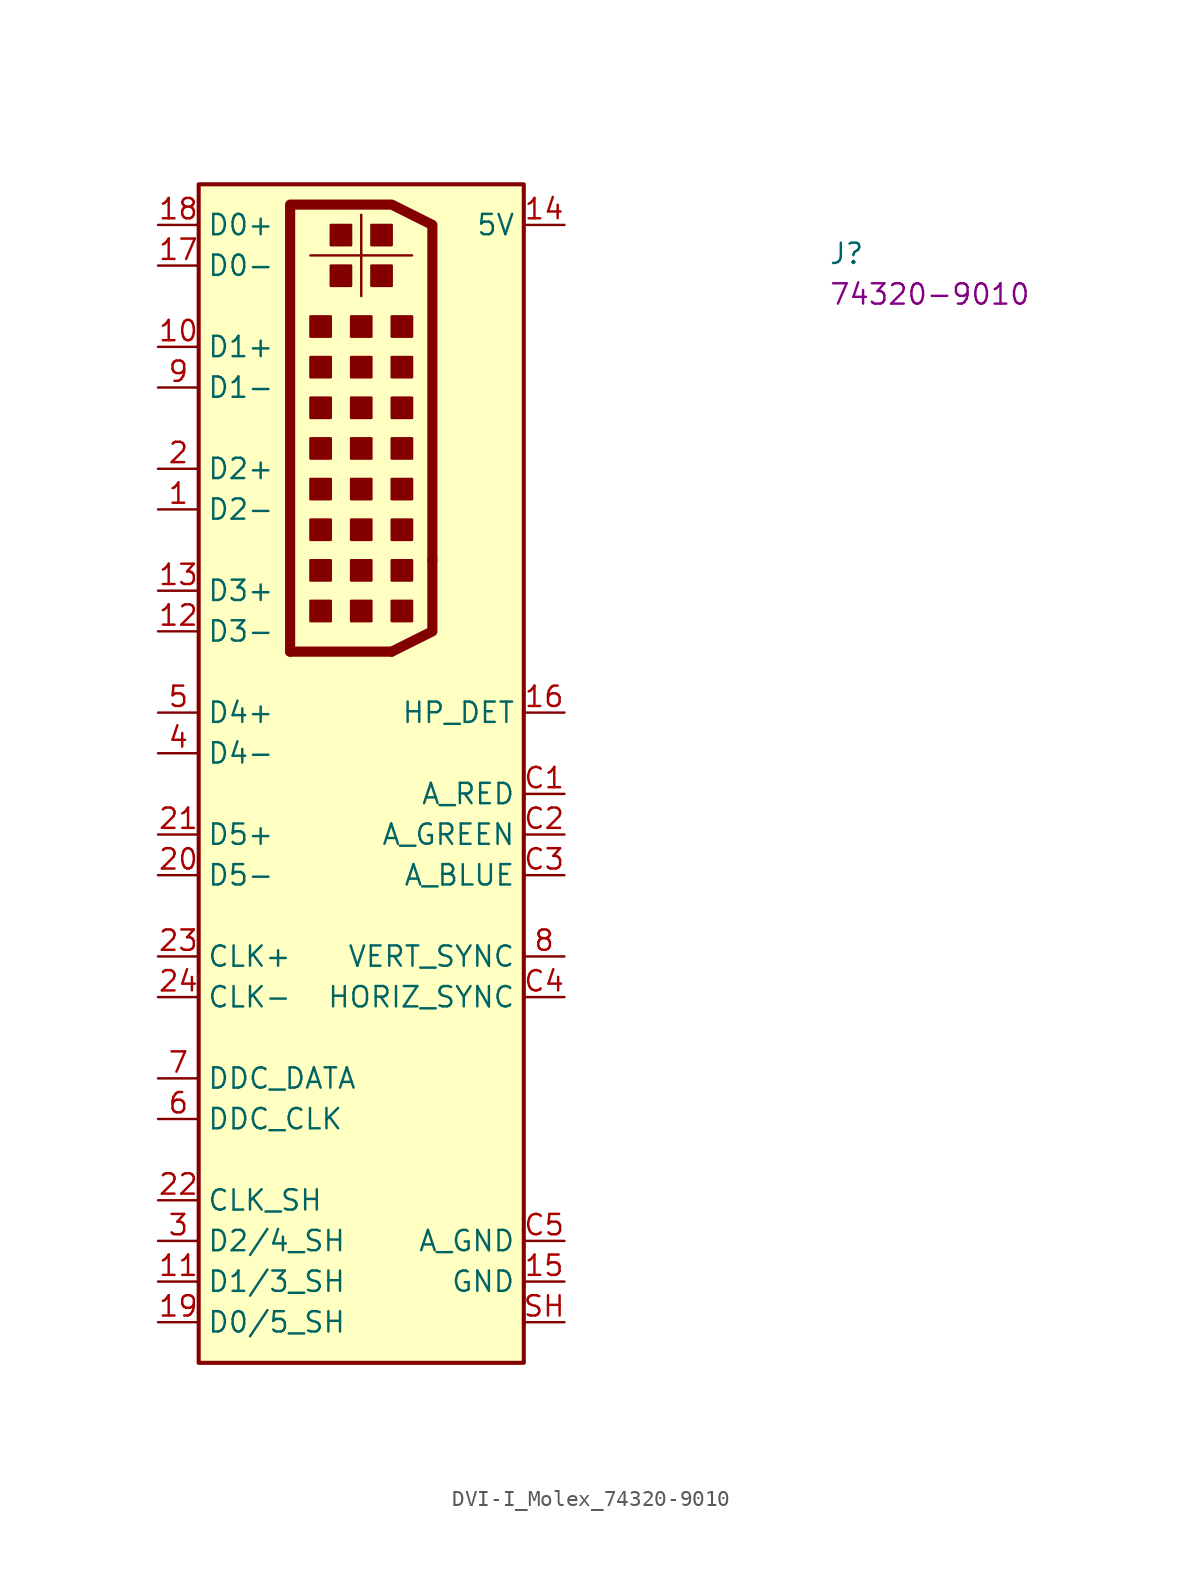
<source format=kicad_sym>
(kicad_symbol_lib
  (version 20220914)
  (generator kicad_symbol_editor)
  (symbol "DVI-I_Molex_74320-9010"
    (property "Reference" "J"
      (at 41.91 -2.54 0)
      (effects (font (size 1.27 1.27) (thickness 0.15)) (justify left bottom)))
    (property "MPN" "74320-9010"
      (at 41.91 -5.08 0)
      (effects (font (size 1.27 1.27) (thickness 0.15)) (justify left bottom)))
    (symbol "DVI-I_Molex_74320-9010_0_1"
      (polyline (pts (xy 8.255 -26.67) (xy 14.605 -26.67)) (stroke (width 0.635) (type default)) (fill (type none)))
      (polyline (pts (xy 12.7 -4.445) (xy 12.7 0.635)) (stroke (width 0) (type default)) (fill (type none)))
      (polyline (pts (xy 15.875 -1.905) (xy 9.525 -1.905)) (stroke (width 0) (type default)) (fill (type none)))
      (polyline (pts (xy 14.605 -26.67) (xy 17.145 -25.4) (xy 17.145 -20.955)) (stroke (width 0.635) (type default)) (fill (type none)))
      (polyline (pts (xy 8.255 -26.67) (xy 8.255 1.27) (xy 14.605 1.27) (xy 17.145 0) (xy 17.145 -20.955)) (stroke (width 0.635) (type default)) (fill (type none)))
      (rectangle (start 10.795 -24.765) (end 9.525 -23.495) (stroke (width 0) (type default)) (fill (type outline)))
      (rectangle (start 10.795 -22.225) (end 9.525 -20.955) (stroke (width 0) (type default)) (fill (type outline)))
      (rectangle (start 10.795 -19.685) (end 9.525 -18.415) (stroke (width 0) (type default)) (fill (type outline)))
      (rectangle (start 10.795 -17.145) (end 9.525 -15.875) (stroke (width 0) (type default)) (fill (type outline)))
      (rectangle (start 10.795 -14.605) (end 9.525 -13.335) (stroke (width 0) (type default)) (fill (type outline)))
      (rectangle (start 10.795 -12.065) (end 9.525 -10.795) (stroke (width 0) (type default)) (fill (type outline)))
      (rectangle (start 10.795 -9.525) (end 9.525 -8.255) (stroke (width 0) (type default)) (fill (type outline)))
      (rectangle (start 10.795 -6.985) (end 9.525 -5.715) (stroke (width 0) (type default)) (fill (type outline)))
      (rectangle (start 12.065 -3.81) (end 10.795 -2.54) (stroke (width 0) (type default)) (fill (type outline)))
      (rectangle (start 12.065 -1.27) (end 10.795 0) (stroke (width 0) (type default)) (fill (type outline)))
      (rectangle (start 13.335 -24.765) (end 12.065 -23.495) (stroke (width 0) (type default)) (fill (type outline)))
      (rectangle (start 13.335 -22.225) (end 12.065 -20.955) (stroke (width 0) (type default)) (fill (type outline)))
      (rectangle (start 13.335 -19.685) (end 12.065 -18.415) (stroke (width 0) (type default)) (fill (type outline)))
      (rectangle (start 13.335 -17.145) (end 12.065 -15.875) (stroke (width 0) (type default)) (fill (type outline)))
      (rectangle (start 13.335 -14.605) (end 12.065 -13.335) (stroke (width 0) (type default)) (fill (type outline)))
      (rectangle (start 13.335 -12.065) (end 12.065 -10.795) (stroke (width 0) (type default)) (fill (type outline)))
      (rectangle (start 13.335 -9.525) (end 12.065 -8.255) (stroke (width 0) (type default)) (fill (type outline)))
      (rectangle (start 13.335 -6.985) (end 12.065 -5.715) (stroke (width 0) (type default)) (fill (type outline)))
      (rectangle (start 14.605 -3.81) (end 13.335 -2.54) (stroke (width 0) (type default)) (fill (type outline)))
      (rectangle (start 14.605 -1.27) (end 13.335 0) (stroke (width 0) (type default)) (fill (type outline)))
      (rectangle (start 15.875 -24.765) (end 14.605 -23.495) (stroke (width 0) (type default)) (fill (type outline)))
      (rectangle (start 15.875 -22.225) (end 14.605 -20.955) (stroke (width 0) (type default)) (fill (type outline)))
      (rectangle (start 15.875 -19.685) (end 14.605 -18.415) (stroke (width 0) (type default)) (fill (type outline)))
      (rectangle (start 15.875 -17.145) (end 14.605 -15.875) (stroke (width 0) (type default)) (fill (type outline)))
      (rectangle (start 15.875 -14.605) (end 14.605 -13.335) (stroke (width 0) (type default)) (fill (type outline)))
      (rectangle (start 15.875 -12.065) (end 14.605 -10.795) (stroke (width 0) (type default)) (fill (type outline)))
      (rectangle (start 15.875 -9.525) (end 14.605 -8.255) (stroke (width 0) (type default)) (fill (type outline)))
      (rectangle (start 15.875 -6.985) (end 14.605 -5.715) (stroke (width 0) (type default)) (fill (type outline))))
    (symbol "DVI-I_Molex_74320-9010_1_1"
      (rectangle (start 2.54 2.54) (end 22.86 -71.12) (stroke (width 0.254) (type default)) (fill (type background)))
      (pin passive line (at 0 -17.78 0) (length 2.54) (name "D2-" (effects (font (size 1.27 1.27)))) (number "1" (effects (font (size 1.27 1.27)))))
      (pin passive line (at 0 -7.62 0) (length 2.54) (name "D1+" (effects (font (size 1.27 1.27)))) (number "10" (effects (font (size 1.27 1.27)))))
      (pin power_in line (at 0 -66.04 0) (length 2.54) (name "D1/3_SH" (effects (font (size 1.27 1.27)))) (number "11" (effects (font (size 1.27 1.27)))))
      (pin passive line (at 0 -25.4 0) (length 2.54) (name "D3-" (effects (font (size 1.27 1.27)))) (number "12" (effects (font (size 1.27 1.27)))))
      (pin passive line (at 0 -22.86 0) (length 2.54) (name "D3+" (effects (font (size 1.27 1.27)))) (number "13" (effects (font (size 1.27 1.27)))))
      (pin power_in line (at 25.4 0 180) (length 2.54) (name "5V" (effects (font (size 1.27 1.27)))) (number "14" (effects (font (size 1.27 1.27)))))
      (pin power_in line (at 25.4 -66.04 180) (length 2.54) (name "GND" (effects (font (size 1.27 1.27)))) (number "15" (effects (font (size 1.27 1.27)))))
      (pin passive line (at 25.4 -30.48 180) (length 2.54) (name "HP_DET" (effects (font (size 1.27 1.27)))) (number "16" (effects (font (size 1.27 1.27)))))
      (pin passive line (at 0 -2.54 0) (length 2.54) (name "D0-" (effects (font (size 1.27 1.27)))) (number "17" (effects (font (size 1.27 1.27)))))
      (pin passive line (at 0 0 0) (length 2.54) (name "D0+" (effects (font (size 1.27 1.27)))) (number "18" (effects (font (size 1.27 1.27)))))
      (pin power_in line (at 0 -68.58 0) (length 2.54) (name "D0/5_SH" (effects (font (size 1.27 1.27)))) (number "19" (effects (font (size 1.27 1.27)))))
      (pin passive line (at 0 -15.24 0) (length 2.54) (name "D2+" (effects (font (size 1.27 1.27)))) (number "2" (effects (font (size 1.27 1.27)))))
      (pin passive line (at 0 -40.64 0) (length 2.54) (name "D5-" (effects (font (size 1.27 1.27)))) (number "20" (effects (font (size 1.27 1.27)))))
      (pin passive line (at 0 -38.1 0) (length 2.54) (name "D5+" (effects (font (size 1.27 1.27)))) (number "21" (effects (font (size 1.27 1.27)))))
      (pin power_in line (at 0 -60.96 0) (length 2.54) (name "CLK_SH" (effects (font (size 1.27 1.27)))) (number "22" (effects (font (size 1.27 1.27)))))
      (pin passive line (at 0 -45.72 0) (length 2.54) (name "CLK+" (effects (font (size 1.27 1.27)))) (number "23" (effects (font (size 1.27 1.27)))))
      (pin passive line (at 0 -48.26 0) (length 2.54) (name "CLK-" (effects (font (size 1.27 1.27)))) (number "24" (effects (font (size 1.27 1.27)))))
      (pin power_in line (at 0 -63.5 0) (length 2.54) (name "D2/4_SH" (effects (font (size 1.27 1.27)))) (number "3" (effects (font (size 1.27 1.27)))))
      (pin passive line (at 0 -33.02 0) (length 2.54) (name "D4-" (effects (font (size 1.27 1.27)))) (number "4" (effects (font (size 1.27 1.27)))))
      (pin passive line (at 0 -30.48 0) (length 2.54) (name "D4+" (effects (font (size 1.27 1.27)))) (number "5" (effects (font (size 1.27 1.27)))))
      (pin passive line (at 0 -55.88 0) (length 2.54) (name "DDC_CLK" (effects (font (size 1.27 1.27)))) (number "6" (effects (font (size 1.27 1.27)))))
      (pin passive line (at 0 -53.34 0) (length 2.54) (name "DDC_DATA" (effects (font (size 1.27 1.27)))) (number "7" (effects (font (size 1.27 1.27)))))
      (pin passive line (at 25.4 -45.72 180) (length 2.54) (name "VERT_SYNC" (effects (font (size 1.27 1.27)))) (number "8" (effects (font (size 1.27 1.27)))))
      (pin passive line (at 0 -10.16 0) (length 2.54) (name "D1-" (effects (font (size 1.27 1.27)))) (number "9" (effects (font (size 1.27 1.27)))))
      (pin passive line (at 25.4 -35.56 180) (length 2.54) (name "A_RED" (effects (font (size 1.27 1.27)))) (number "C1" (effects (font (size 1.27 1.27)))))
      (pin passive line (at 25.4 -38.1 180) (length 2.54) (name "A_GREEN" (effects (font (size 1.27 1.27)))) (number "C2" (effects (font (size 1.27 1.27)))))
      (pin passive line (at 25.4 -40.64 180) (length 2.54) (name "A_BLUE" (effects (font (size 1.27 1.27)))) (number "C3" (effects (font (size 1.27 1.27)))))
      (pin passive line (at 25.4 -48.26 180) (length 2.54) (name "HORIZ_SYNC" (effects (font (size 1.27 1.27)))) (number "C4" (effects (font (size 1.27 1.27)))))
      (pin power_in line (at 25.4 -63.5 180) (length 2.54) (name "A_GND" (effects (font (size 1.27 1.27)))) (number "C5" (effects (font (size 1.27 1.27)))))
      (pin power_in line (at 25.4 -68.58 180) (length 2.54) (name "~" (effects (font (size 1.27 1.27)))) (number "SH" (effects (font (size 1.27 1.27))))))))
</source>
